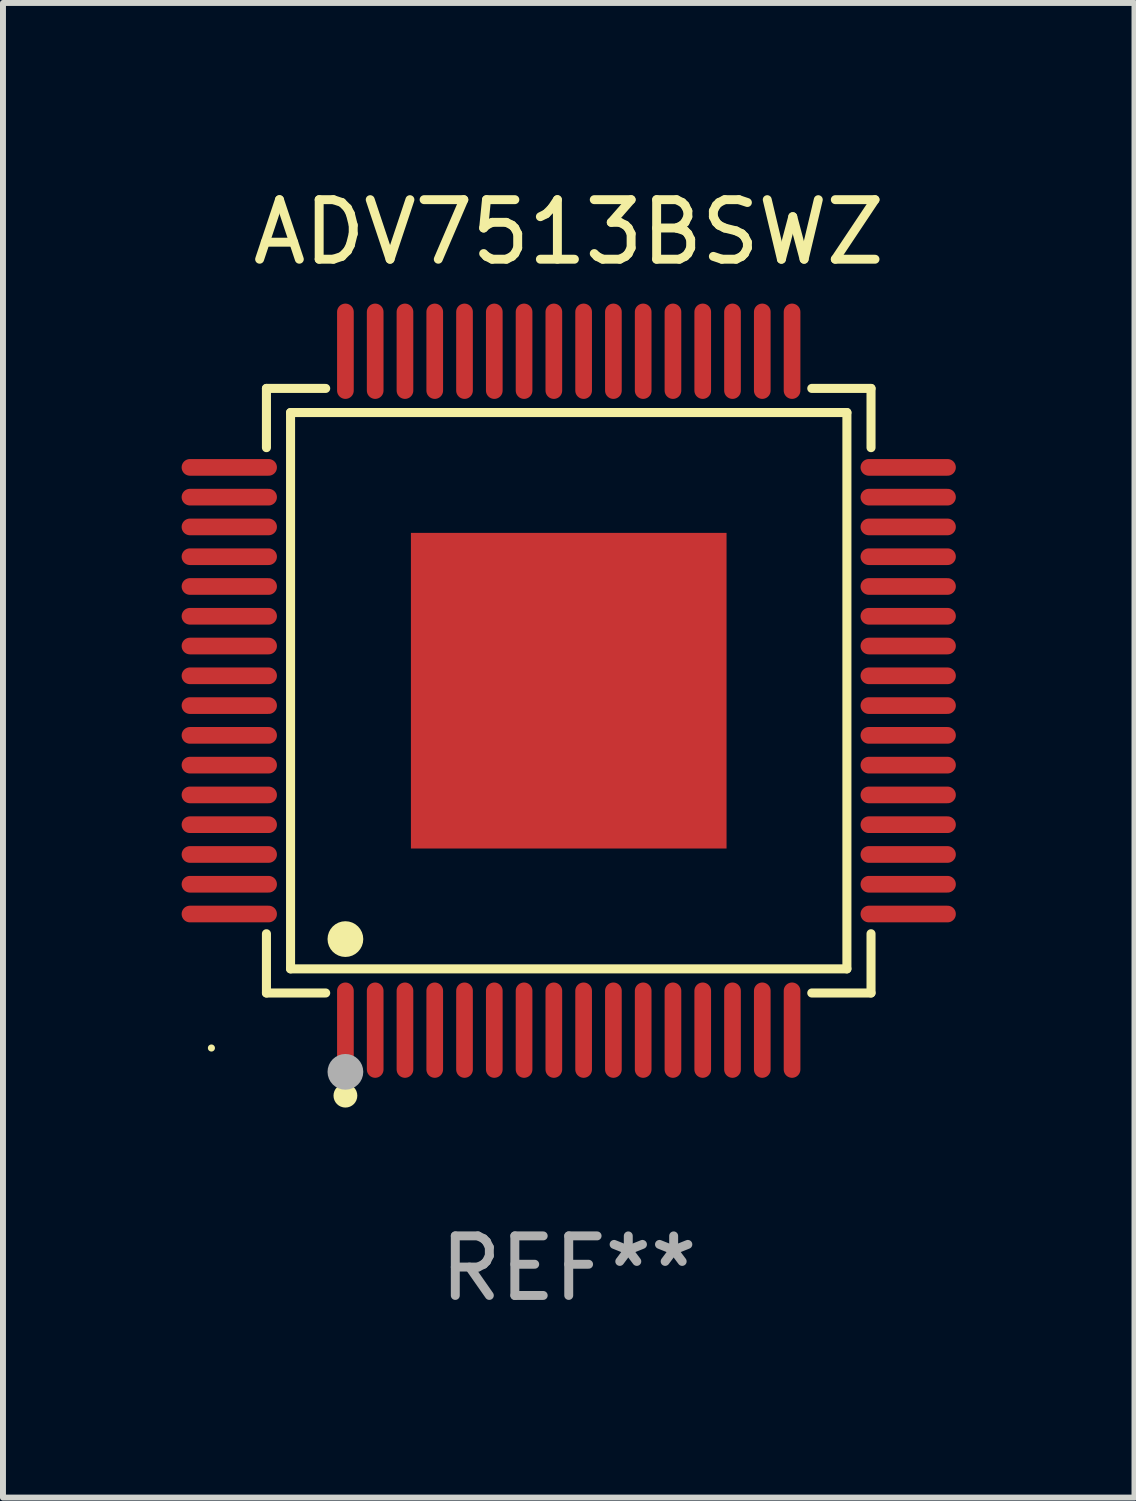
<source format=kicad_pcb>
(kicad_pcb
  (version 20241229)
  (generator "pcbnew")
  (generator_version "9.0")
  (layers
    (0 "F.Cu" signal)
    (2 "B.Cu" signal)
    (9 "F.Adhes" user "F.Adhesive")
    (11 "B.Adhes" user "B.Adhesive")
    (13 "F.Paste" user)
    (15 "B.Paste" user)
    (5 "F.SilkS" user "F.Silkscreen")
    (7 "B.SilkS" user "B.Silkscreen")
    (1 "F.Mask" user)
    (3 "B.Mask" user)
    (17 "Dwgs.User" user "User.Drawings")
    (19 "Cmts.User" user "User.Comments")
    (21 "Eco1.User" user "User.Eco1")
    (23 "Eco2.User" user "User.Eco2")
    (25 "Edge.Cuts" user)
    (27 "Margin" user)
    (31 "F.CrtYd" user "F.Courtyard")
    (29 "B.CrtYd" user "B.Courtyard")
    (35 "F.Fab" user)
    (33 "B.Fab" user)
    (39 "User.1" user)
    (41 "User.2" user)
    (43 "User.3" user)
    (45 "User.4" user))
  (footprint "ADV7513BSWZ"
    (layer "F.Cu")
    (at 6.5 8.548)
    (property "Reference" "ADV7513BSWZ" (at 0 -7.7 0) (layer "F.SilkS") (effects (font (size 1 1) (thickness 0.15))))
    (attr through_hole)
    (fp_line (start -5.076 -5.076) (end -4.081 -5.076) (stroke (width 0.152) (type solid)) (layer "F.SilkS"))
    (fp_line (start -5.076 -4.081) (end -5.076 -5.076) (stroke (width 0.152) (type solid)) (layer "F.SilkS"))
    (fp_line (start -5.076 4.081) (end -5.076 5.076) (stroke (width 0.152) (type solid)) (layer "F.SilkS"))
    (fp_line (start -5.076 5.076) (end -4.081 5.076) (stroke (width 0.152) (type solid)) (layer "F.SilkS"))
    (fp_line (start -4.671 -4.671) (end 4.671 -4.671) (stroke (width 0.152) (type solid)) (layer "F.SilkS"))
    (fp_line (start -4.671 4.671) (end -4.671 -4.671) (stroke (width 0.152) (type solid)) (layer "F.SilkS"))
    (fp_line (start 4.671 -4.671) (end 4.671 4.671) (stroke (width 0.152) (type solid)) (layer "F.SilkS"))
    (fp_line (start 4.671 4.671) (end -4.671 4.671) (stroke (width 0.152) (type solid)) (layer "F.SilkS"))
    (fp_line (start 5.076 -5.076) (end 4.081 -5.076) (stroke (width 0.152) (type solid)) (layer "F.SilkS"))
    (fp_line (start 5.076 -4.081) (end 5.076 -5.076) (stroke (width 0.152) (type solid)) (layer "F.SilkS"))
    (fp_line (start 5.076 4.081) (end 5.076 5.076) (stroke (width 0.152) (type solid)) (layer "F.SilkS"))
    (fp_line (start 5.076 5.076) (end 4.081 5.076) (stroke (width 0.152) (type solid)) (layer "F.SilkS"))
    (fp_circle (center -6 6) (end -5.97 6) (stroke (width 0.06) (type solid)) (fill no) (layer "F.SilkS"))
    (fp_circle (center -3.75 4.171) (end -3.6 4.171) (stroke (width 0.3) (type solid)) (fill no) (layer "F.SilkS"))
    (fp_circle (center -3.75 6.8) (end -3.65 6.8) (stroke (width 0.2) (type solid)) (fill no) (layer "F.SilkS"))
    (fp_circle (center -3.75 6.4) (end -3.6 6.4) (stroke (width 0.3) (type solid)) (fill no) (layer "F.Fab"))
    (fp_text user "REF**" (at 0 9.7 0) (layer "F.Fab") (effects (font (size 1 1) (thickness 0.15))))
    (pad "1" smd oval (at -3.75 5.7) (size 0.28 1.6) (layers "F.Cu" "F.Mask" "F.Paste"))
    (pad "2" smd oval (at -3.25 5.7) (size 0.28 1.6) (layers "F.Cu" "F.Mask" "F.Paste"))
    (pad "3" smd oval (at -2.75 5.7) (size 0.28 1.6) (layers "F.Cu" "F.Mask" "F.Paste"))
    (pad "4" smd oval (at -2.25 5.7) (size 0.28 1.6) (layers "F.Cu" "F.Mask" "F.Paste"))
    (pad "5" smd oval (at -1.75 5.7) (size 0.28 1.6) (layers "F.Cu" "F.Mask" "F.Paste"))
    (pad "6" smd oval (at -1.25 5.7) (size 0.28 1.6) (layers "F.Cu" "F.Mask" "F.Paste"))
    (pad "7" smd oval (at -0.75 5.7) (size 0.28 1.6) (layers "F.Cu" "F.Mask" "F.Paste"))
    (pad "8" smd oval (at -0.25 5.7) (size 0.28 1.6) (layers "F.Cu" "F.Mask" "F.Paste"))
    (pad "9" smd oval (at 0.25 5.7) (size 0.28 1.6) (layers "F.Cu" "F.Mask" "F.Paste"))
    (pad "10" smd oval (at 0.75 5.7) (size 0.28 1.6) (layers "F.Cu" "F.Mask" "F.Paste"))
    (pad "11" smd oval (at 1.25 5.7) (size 0.28 1.6) (layers "F.Cu" "F.Mask" "F.Paste"))
    (pad "12" smd oval (at 1.75 5.7) (size 0.28 1.6) (layers "F.Cu" "F.Mask" "F.Paste"))
    (pad "13" smd oval (at 2.25 5.7) (size 0.28 1.6) (layers "F.Cu" "F.Mask" "F.Paste"))
    (pad "14" smd oval (at 2.75 5.7) (size 0.28 1.6) (layers "F.Cu" "F.Mask" "F.Paste"))
    (pad "15" smd oval (at 3.25 5.7) (size 0.28 1.6) (layers "F.Cu" "F.Mask" "F.Paste"))
    (pad "16" smd oval (at 3.75 5.7) (size 0.28 1.6) (layers "F.Cu" "F.Mask" "F.Paste"))
    (pad "17" smd oval (at 5.7 3.75) (size 1.6 0.28) (layers "F.Cu" "F.Mask" "F.Paste"))
    (pad "18" smd oval (at 5.7 3.25) (size 1.6 0.28) (layers "F.Cu" "F.Mask" "F.Paste"))
    (pad "19" smd oval (at 5.7 2.75) (size 1.6 0.28) (layers "F.Cu" "F.Mask" "F.Paste"))
    (pad "20" smd oval (at 5.7 2.25) (size 1.6 0.28) (layers "F.Cu" "F.Mask" "F.Paste"))
    (pad "21" smd oval (at 5.7 1.75) (size 1.6 0.28) (layers "F.Cu" "F.Mask" "F.Paste"))
    (pad "22" smd oval (at 5.7 1.25) (size 1.6 0.28) (layers "F.Cu" "F.Mask" "F.Paste"))
    (pad "23" smd oval (at 5.7 0.75) (size 1.6 0.28) (layers "F.Cu" "F.Mask" "F.Paste"))
    (pad "24" smd oval (at 5.7 0.25) (size 1.6 0.28) (layers "F.Cu" "F.Mask" "F.Paste"))
    (pad "25" smd oval (at 5.7 -0.25) (size 1.6 0.28) (layers "F.Cu" "F.Mask" "F.Paste"))
    (pad "26" smd oval (at 5.7 -0.75) (size 1.6 0.28) (layers "F.Cu" "F.Mask" "F.Paste"))
    (pad "27" smd oval (at 5.7 -1.25) (size 1.6 0.28) (layers "F.Cu" "F.Mask" "F.Paste"))
    (pad "28" smd oval (at 5.7 -1.75) (size 1.6 0.28) (layers "F.Cu" "F.Mask" "F.Paste"))
    (pad "29" smd oval (at 5.7 -2.25) (size 1.6 0.28) (layers "F.Cu" "F.Mask" "F.Paste"))
    (pad "30" smd oval (at 5.7 -2.75) (size 1.6 0.28) (layers "F.Cu" "F.Mask" "F.Paste"))
    (pad "31" smd oval (at 5.7 -3.25) (size 1.6 0.28) (layers "F.Cu" "F.Mask" "F.Paste"))
    (pad "32" smd oval (at 5.7 -3.75) (size 1.6 0.28) (layers "F.Cu" "F.Mask" "F.Paste"))
    (pad "33" smd oval (at 3.75 -5.7) (size 0.28 1.6) (layers "F.Cu" "F.Mask" "F.Paste"))
    (pad "34" smd oval (at 3.25 -5.7) (size 0.28 1.6) (layers "F.Cu" "F.Mask" "F.Paste"))
    (pad "35" smd oval (at 2.75 -5.7) (size 0.28 1.6) (layers "F.Cu" "F.Mask" "F.Paste"))
    (pad "36" smd oval (at 2.25 -5.7) (size 0.28 1.6) (layers "F.Cu" "F.Mask" "F.Paste"))
    (pad "37" smd oval (at 1.75 -5.7) (size 0.28 1.6) (layers "F.Cu" "F.Mask" "F.Paste"))
    (pad "38" smd oval (at 1.25 -5.7) (size 0.28 1.6) (layers "F.Cu" "F.Mask" "F.Paste"))
    (pad "39" smd oval (at 0.75 -5.7) (size 0.28 1.6) (layers "F.Cu" "F.Mask" "F.Paste"))
    (pad "40" smd oval (at 0.25 -5.7) (size 0.28 1.6) (layers "F.Cu" "F.Mask" "F.Paste"))
    (pad "41" smd oval (at -0.25 -5.7) (size 0.28 1.6) (layers "F.Cu" "F.Mask" "F.Paste"))
    (pad "42" smd oval (at -0.75 -5.7) (size 0.28 1.6) (layers "F.Cu" "F.Mask" "F.Paste"))
    (pad "43" smd oval (at -1.25 -5.7) (size 0.28 1.6) (layers "F.Cu" "F.Mask" "F.Paste"))
    (pad "44" smd oval (at -1.75 -5.7) (size 0.28 1.6) (layers "F.Cu" "F.Mask" "F.Paste"))
    (pad "45" smd oval (at -2.25 -5.7) (size 0.28 1.6) (layers "F.Cu" "F.Mask" "F.Paste"))
    (pad "46" smd oval (at -2.75 -5.7) (size 0.28 1.6) (layers "F.Cu" "F.Mask" "F.Paste"))
    (pad "47" smd oval (at -3.25 -5.7) (size 0.28 1.6) (layers "F.Cu" "F.Mask" "F.Paste"))
    (pad "48" smd oval (at -3.75 -5.7) (size 0.28 1.6) (layers "F.Cu" "F.Mask" "F.Paste"))
    (pad "49" smd oval (at -5.7 -3.75) (size 1.6 0.28) (layers "F.Cu" "F.Mask" "F.Paste"))
    (pad "50" smd oval (at -5.7 -3.25) (size 1.6 0.28) (layers "F.Cu" "F.Mask" "F.Paste"))
    (pad "51" smd oval (at -5.7 -2.75) (size 1.6 0.28) (layers "F.Cu" "F.Mask" "F.Paste"))
    (pad "52" smd oval (at -5.7 -2.25) (size 1.6 0.28) (layers "F.Cu" "F.Mask" "F.Paste"))
    (pad "53" smd oval (at -5.7 -1.75) (size 1.6 0.28) (layers "F.Cu" "F.Mask" "F.Paste"))
    (pad "54" smd oval (at -5.7 -1.25) (size 1.6 0.28) (layers "F.Cu" "F.Mask" "F.Paste"))
    (pad "55" smd oval (at -5.7 -0.75) (size 1.6 0.28) (layers "F.Cu" "F.Mask" "F.Paste"))
    (pad "56" smd oval (at -5.7 -0.25) (size 1.6 0.28) (layers "F.Cu" "F.Mask" "F.Paste"))
    (pad "57" smd oval (at -5.7 0.25) (size 1.6 0.28) (layers "F.Cu" "F.Mask" "F.Paste"))
    (pad "58" smd oval (at -5.7 0.75) (size 1.6 0.28) (layers "F.Cu" "F.Mask" "F.Paste"))
    (pad "59" smd oval (at -5.7 1.25) (size 1.6 0.28) (layers "F.Cu" "F.Mask" "F.Paste"))
    (pad "60" smd oval (at -5.7 1.75) (size 1.6 0.28) (layers "F.Cu" "F.Mask" "F.Paste"))
    (pad "61" smd oval (at -5.7 2.25) (size 1.6 0.28) (layers "F.Cu" "F.Mask" "F.Paste"))
    (pad "62" smd oval (at -5.7 2.75) (size 1.6 0.28) (layers "F.Cu" "F.Mask" "F.Paste"))
    (pad "63" smd oval (at -5.7 3.25) (size 1.6 0.28) (layers "F.Cu" "F.Mask" "F.Paste"))
    (pad "64" smd oval (at -5.7 3.75) (size 1.6 0.28) (layers "F.Cu" "F.Mask" "F.Paste"))
    (pad "65" smd rect (at 0 0) (size 5.3 5.3) (layers "F.Cu" "F.Mask" "F.Paste")))
  (gr_rect
    (start -3 -3)
    (end 16 22.097)
    (stroke (width 0.1) (type default))
    (fill no)
    (layer "Edge.Cuts")))
</source>
